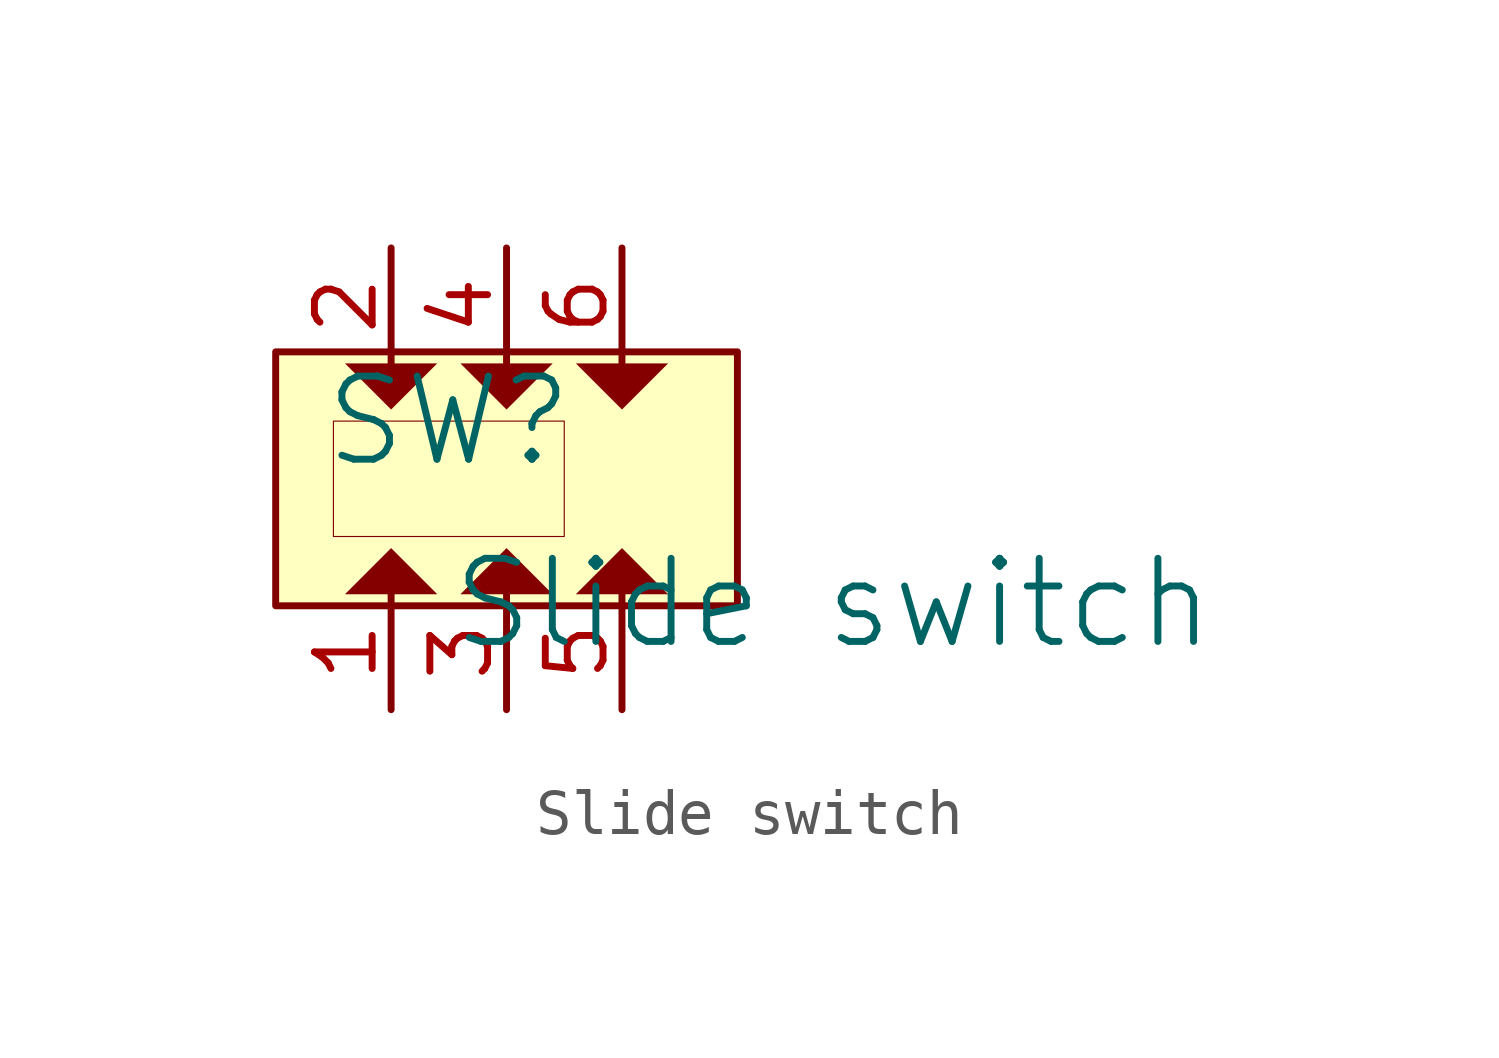
<source format=kicad_sym>
(kicad_symbol_lib
  (version 20241209)
  (generator "kicad_symbol_editor")
  (generator_version "9.0")
  (symbol "Slide switch"
    (pin_names
      (hide yes))
    (property "Reference" "SW"
      (at -1.27 1.27 0)
      (effects (font (size 1.829 1.829))))
    (property "Value" "Slide switch"
      (at -1.27 -3.81 0)
      (effects (font (size 1.829 1.829)) (justify left bottom)))
    (symbol "Slide switch_1_0"
      (polyline (pts (xy -2.54 1.524) (xy -3.556 2.54) (xy -1.524 2.54) (xy -2.54 1.524) (xy -2.54 1.524)) (stroke (width -0.0001) (type solid)) (fill (type outline)))
      (polyline (pts (xy -2.54 -1.524) (xy -1.524 -2.54) (xy -3.556 -2.54) (xy -2.54 -1.524) (xy -2.54 -1.524)) (stroke (width -0.0001) (type solid)) (fill (type outline)))
      (polyline (pts (xy 0 1.524) (xy -1.016 2.54) (xy 1.016 2.54) (xy 0 1.524) (xy 0 1.524)) (stroke (width -0.0001) (type solid)) (fill (type outline)))
      (polyline (pts (xy 0 -1.524) (xy 1.016 -2.54) (xy -1.016 -2.54) (xy 0 -1.524) (xy 0 -1.524)) (stroke (width -0.0001) (type solid)) (fill (type outline)))
      (rectangle (start 1.27 1.27) (end -3.81 -1.27) (stroke (width 0.025) (type solid) (color 128 0 0 1)) (fill (type background)))
      (polyline (pts (xy 2.54 1.524) (xy 1.524 2.54) (xy 3.556 2.54) (xy 2.54 1.524) (xy 2.54 1.524)) (stroke (width -0.0001) (type solid)) (fill (type outline)))
      (polyline (pts (xy 2.54 -1.524) (xy 3.556 -2.54) (xy 1.524 -2.54) (xy 2.54 -1.524) (xy 2.54 -1.524)) (stroke (width -0.0001) (type solid)) (fill (type outline)))
      (rectangle (start 5.08 2.794) (end -5.08 -2.794) (stroke (width 0) (type solid) (color 128 0 0 1)) (fill (type background)))
      (pin passive line (at -2.54 5.08 270) (length 2.54) (name "2" (effects (font (size 1.27 1.27)))) (number "2" (effects (font (size 1.27 1.27)))))
      (pin passive line (at -2.54 -5.08 90) (length 2.54) (name "1" (effects (font (size 1.27 1.27)))) (number "1" (effects (font (size 1.27 1.27)))))
      (pin passive line (at 0 5.08 270) (length 2.54) (name "4" (effects (font (size 1.27 1.27)))) (number "4" (effects (font (size 1.27 1.27)))))
      (pin passive line (at 0 -5.08 90) (length 2.54) (name "3" (effects (font (size 1.27 1.27)))) (number "3" (effects (font (size 1.27 1.27)))))
      (pin passive line (at 2.54 5.08 270) (length 2.54) (name "6" (effects (font (size 1.27 1.27)))) (number "6" (effects (font (size 1.27 1.27)))))
      (pin passive line (at 2.54 -5.08 90) (length 2.54) (name "5" (effects (font (size 1.27 1.27)))) (number "5" (effects (font (size 1.27 1.27))))))))
</source>
